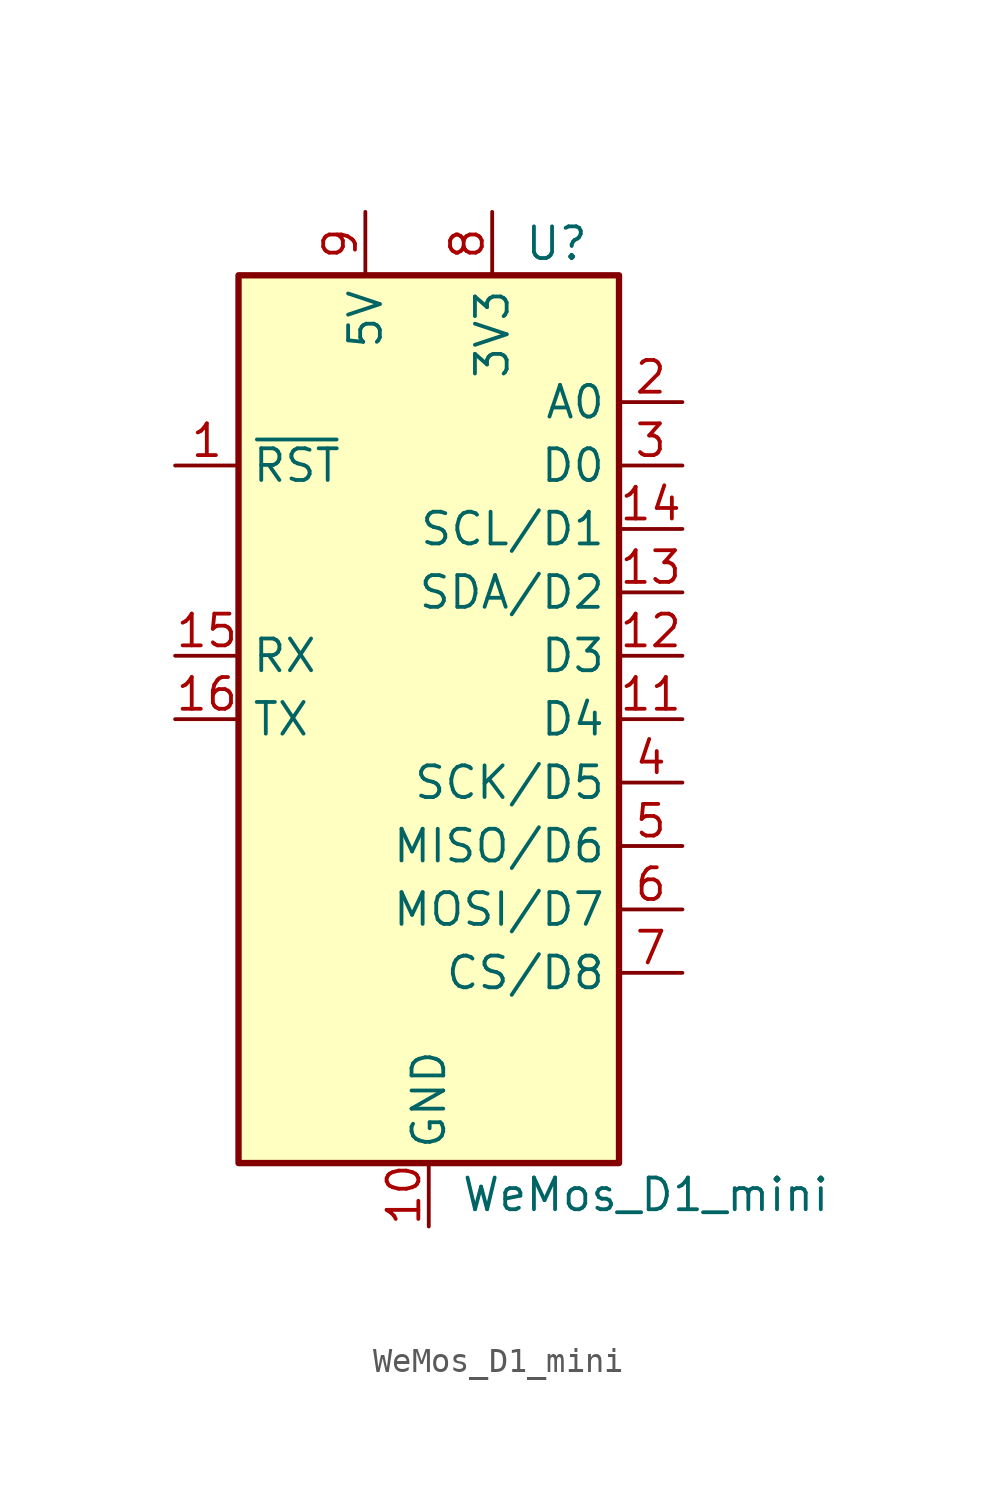
<source format=kicad_sym>
(kicad_symbol_lib
  (version 20201005)
  (generator kicad_symbol_editor)
  (symbol "WeMos_D1_mini"
    (property "Reference" "U"
      (at 3.81 19.05 0)
      (effects (font (size 1.27 1.27)) (justify left)))
    (property "Value" "WeMos_D1_mini"
      (at 1.27 -19.05 0)
      (effects (font (size 1.27 1.27)) (justify left)))
    (symbol "WeMos_D1_mini_1_1"
      (rectangle (start -7.62 17.78) (end 7.62 -17.78) (stroke (width 0.254)) (fill (type background)))
      (pin input line (at -10.16 10.16 0) (length 2.54) (name "~RST" (effects (font (size 1.27 1.27)))) (number "1" (effects (font (size 1.27 1.27)))))
      (pin power_in line (at 0 -20.32 90) (length 2.54) (name "GND" (effects (font (size 1.27 1.27)))) (number "10" (effects (font (size 1.27 1.27)))))
      (pin bidirectional line (at 10.16 0 180) (length 2.54) (name "D4" (effects (font (size 1.27 1.27)))) (number "11" (effects (font (size 1.27 1.27)))))
      (pin bidirectional line (at 10.16 2.54 180) (length 2.54) (name "D3" (effects (font (size 1.27 1.27)))) (number "12" (effects (font (size 1.27 1.27)))))
      (pin bidirectional line (at 10.16 5.08 180) (length 2.54) (name "SDA/D2" (effects (font (size 1.27 1.27)))) (number "13" (effects (font (size 1.27 1.27)))))
      (pin bidirectional line (at 10.16 7.62 180) (length 2.54) (name "SCL/D1" (effects (font (size 1.27 1.27)))) (number "14" (effects (font (size 1.27 1.27)))))
      (pin input line (at -10.16 2.54 0) (length 2.54) (name "RX" (effects (font (size 1.27 1.27)))) (number "15" (effects (font (size 1.27 1.27)))))
      (pin output line (at -10.16 0 0) (length 2.54) (name "TX" (effects (font (size 1.27 1.27)))) (number "16" (effects (font (size 1.27 1.27)))))
      (pin input line (at 10.16 12.7 180) (length 2.54) (name "A0" (effects (font (size 1.27 1.27)))) (number "2" (effects (font (size 1.27 1.27)))))
      (pin bidirectional line (at 10.16 10.16 180) (length 2.54) (name "D0" (effects (font (size 1.27 1.27)))) (number "3" (effects (font (size 1.27 1.27)))))
      (pin bidirectional line (at 10.16 -2.54 180) (length 2.54) (name "SCK/D5" (effects (font (size 1.27 1.27)))) (number "4" (effects (font (size 1.27 1.27)))))
      (pin bidirectional line (at 10.16 -5.08 180) (length 2.54) (name "MISO/D6" (effects (font (size 1.27 1.27)))) (number "5" (effects (font (size 1.27 1.27)))))
      (pin bidirectional line (at 10.16 -7.62 180) (length 2.54) (name "MOSI/D7" (effects (font (size 1.27 1.27)))) (number "6" (effects (font (size 1.27 1.27)))))
      (pin bidirectional line (at 10.16 -10.16 180) (length 2.54) (name "CS/D8" (effects (font (size 1.27 1.27)))) (number "7" (effects (font (size 1.27 1.27)))))
      (pin power_out line (at 2.54 20.32 270) (length 2.54) (name "3V3" (effects (font (size 1.27 1.27)))) (number "8" (effects (font (size 1.27 1.27)))))
      (pin power_in line (at -2.54 20.32 270) (length 2.54) (name "5V" (effects (font (size 1.27 1.27)))) (number "9" (effects (font (size 1.27 1.27))))))))
</source>
